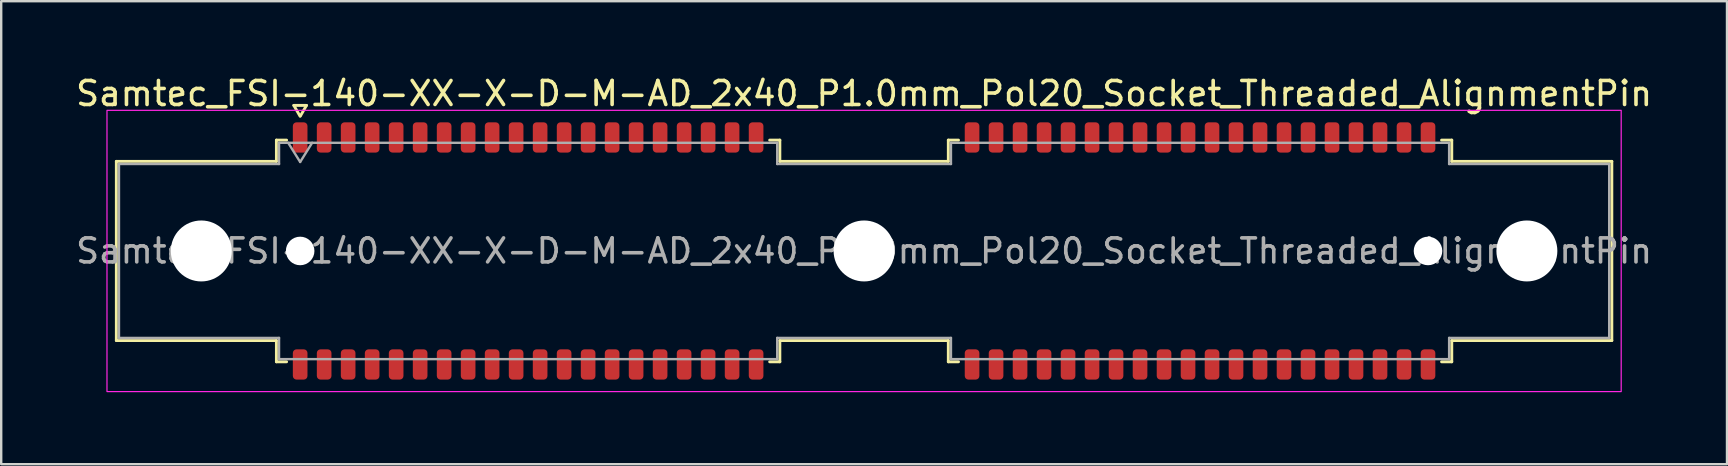
<source format=kicad_pcb>
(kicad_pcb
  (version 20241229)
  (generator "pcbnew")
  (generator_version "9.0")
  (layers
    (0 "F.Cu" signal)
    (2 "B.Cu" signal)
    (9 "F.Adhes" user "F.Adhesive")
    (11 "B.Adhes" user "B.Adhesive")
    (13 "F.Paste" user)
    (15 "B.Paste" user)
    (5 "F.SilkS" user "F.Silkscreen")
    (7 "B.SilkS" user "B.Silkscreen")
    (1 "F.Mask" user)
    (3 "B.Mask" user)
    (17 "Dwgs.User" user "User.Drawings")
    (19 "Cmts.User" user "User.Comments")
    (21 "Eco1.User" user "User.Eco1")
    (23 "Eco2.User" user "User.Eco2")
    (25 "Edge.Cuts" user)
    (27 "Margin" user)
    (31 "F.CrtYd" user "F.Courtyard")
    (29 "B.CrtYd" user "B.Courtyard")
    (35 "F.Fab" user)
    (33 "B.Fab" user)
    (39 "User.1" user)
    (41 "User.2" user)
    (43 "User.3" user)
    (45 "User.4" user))
  (footprint "Samtec_FSI-140-XX-X-D-M-AD_2x40_P1.0mm_Pol20_Socket_Threaded_AlignmentPin"
    (layer "F.Cu")
    (at 32.958 7.408)
    (property "Reference" "Samtec_FSI-140-XX-X-D-M-AD_2x40_P1.0mm_Pol20_Socket_Threaded_AlignmentPin" (at 0 -6.56 0) (layer "F.SilkS") (effects (font (size 1 1) (thickness 0.15))))
    (attr smd)
    (fp_line (start -31.16 -3.733) (end -24.49 -3.733) (stroke (width 0.12) (type solid)) (layer "F.SilkS"))
    (fp_line (start -31.16 3.733) (end -31.16 -3.733) (stroke (width 0.12) (type solid)) (layer "F.SilkS"))
    (fp_line (start -24.49 -4.619) (end -24.065 -4.619) (stroke (width 0.12) (type solid)) (layer "F.SilkS"))
    (fp_line (start -24.49 -3.733) (end -24.49 -4.619) (stroke (width 0.12) (type solid)) (layer "F.SilkS"))
    (fp_line (start -24.49 3.733) (end -31.16 3.733) (stroke (width 0.12) (type solid)) (layer "F.SilkS"))
    (fp_line (start -24.49 4.619) (end -24.49 3.733) (stroke (width 0.12) (type solid)) (layer "F.SilkS"))
    (fp_line (start -24.065 4.619) (end -24.49 4.619) (stroke (width 0.12) (type solid)) (layer "F.SilkS"))
    (fp_line (start -23.764 -6.066) (end -23.507 -5.62) (stroke (width 0.12) (type solid)) (layer "F.SilkS"))
    (fp_line (start -23.493 -5.62) (end -23.236 -6.066) (stroke (width 0.12) (type solid)) (layer "F.SilkS"))
    (fp_line (start -23.236 -6.066) (end -23.764 -6.066) (stroke (width 0.12) (type solid)) (layer "F.SilkS"))
    (fp_line (start -3.935 -4.619) (end -3.51 -4.619) (stroke (width 0.12) (type solid)) (layer "F.SilkS"))
    (fp_line (start -3.51 -4.619) (end -3.51 -3.733) (stroke (width 0.12) (type solid)) (layer "F.SilkS"))
    (fp_line (start -3.51 -3.733) (end 3.51 -3.733) (stroke (width 0.12) (type solid)) (layer "F.SilkS"))
    (fp_line (start -3.51 3.733) (end -3.51 4.619) (stroke (width 0.12) (type solid)) (layer "F.SilkS"))
    (fp_line (start -3.51 4.619) (end -3.935 4.619) (stroke (width 0.12) (type solid)) (layer "F.SilkS"))
    (fp_line (start 3.51 -4.619) (end 3.935 -4.619) (stroke (width 0.12) (type solid)) (layer "F.SilkS"))
    (fp_line (start 3.51 -3.733) (end 3.51 -4.619) (stroke (width 0.12) (type solid)) (layer "F.SilkS"))
    (fp_line (start 3.51 3.733) (end -3.51 3.733) (stroke (width 0.12) (type solid)) (layer "F.SilkS"))
    (fp_line (start 3.51 4.619) (end 3.51 3.733) (stroke (width 0.12) (type solid)) (layer "F.SilkS"))
    (fp_line (start 3.935 4.619) (end 3.51 4.619) (stroke (width 0.12) (type solid)) (layer "F.SilkS"))
    (fp_line (start 24.065 -4.619) (end 24.49 -4.619) (stroke (width 0.12) (type solid)) (layer "F.SilkS"))
    (fp_line (start 24.49 -4.619) (end 24.49 -3.733) (stroke (width 0.12) (type solid)) (layer "F.SilkS"))
    (fp_line (start 24.49 -3.733) (end 31.16 -3.733) (stroke (width 0.12) (type solid)) (layer "F.SilkS"))
    (fp_line (start 24.49 3.733) (end 24.49 4.619) (stroke (width 0.12) (type solid)) (layer "F.SilkS"))
    (fp_line (start 24.49 4.619) (end 24.065 4.619) (stroke (width 0.12) (type solid)) (layer "F.SilkS"))
    (fp_line (start 31.16 -3.733) (end 31.16 3.733) (stroke (width 0.12) (type solid)) (layer "F.SilkS"))
    (fp_line (start 31.16 3.733) (end 24.49 3.733) (stroke (width 0.12) (type solid)) (layer "F.SilkS"))
    (fp_rect (start -31.55 -5.86) (end 31.55 5.86) (stroke (width 0.05) (type solid)) (fill no) (layer "F.CrtYd"))
    (fp_line (start -31.05 -3.623) (end -24.38 -3.623) (stroke (width 0.1) (type solid)) (layer "F.Fab"))
    (fp_line (start -31.05 3.623) (end -31.05 -3.623) (stroke (width 0.1) (type solid)) (layer "F.Fab"))
    (fp_line (start -24.38 -4.508) (end -3.62 -4.508) (stroke (width 0.1) (type solid)) (layer "F.Fab"))
    (fp_line (start -24.38 -3.623) (end -24.38 -4.508) (stroke (width 0.1) (type solid)) (layer "F.Fab"))
    (fp_line (start -24.38 3.623) (end -31.05 3.623) (stroke (width 0.1) (type solid)) (layer "F.Fab"))
    (fp_line (start -24.38 4.508) (end -24.38 3.623) (stroke (width 0.1) (type solid)) (layer "F.Fab"))
    (fp_line (start -24 -4.508) (end -23.5 -3.708) (stroke (width 0.1) (type solid)) (layer "F.Fab"))
    (fp_line (start -23.5 -3.708) (end -23 -4.508) (stroke (width 0.1) (type solid)) (layer "F.Fab"))
    (fp_line (start -3.62 -4.508) (end -3.62 -3.623) (stroke (width 0.1) (type solid)) (layer "F.Fab"))
    (fp_line (start -3.62 -3.623) (end 3.62 -3.623) (stroke (width 0.1) (type solid)) (layer "F.Fab"))
    (fp_line (start -3.62 3.623) (end -3.62 4.508) (stroke (width 0.1) (type solid)) (layer "F.Fab"))
    (fp_line (start -3.62 4.508) (end -24.38 4.508) (stroke (width 0.1) (type solid)) (layer "F.Fab"))
    (fp_line (start 3.62 -4.508) (end 24.38 -4.508) (stroke (width 0.1) (type solid)) (layer "F.Fab"))
    (fp_line (start 3.62 -3.623) (end 3.62 -4.508) (stroke (width 0.1) (type solid)) (layer "F.Fab"))
    (fp_line (start 3.62 3.623) (end -3.62 3.623) (stroke (width 0.1) (type solid)) (layer "F.Fab"))
    (fp_line (start 3.62 4.508) (end 3.62 3.623) (stroke (width 0.1) (type solid)) (layer "F.Fab"))
    (fp_line (start 24.38 -4.508) (end 24.38 -3.623) (stroke (width 0.1) (type solid)) (layer "F.Fab"))
    (fp_line (start 24.38 -3.623) (end 31.05 -3.623) (stroke (width 0.1) (type solid)) (layer "F.Fab"))
    (fp_line (start 24.38 3.623) (end 24.38 4.508) (stroke (width 0.1) (type solid)) (layer "F.Fab"))
    (fp_line (start 24.38 4.508) (end 3.62 4.508) (stroke (width 0.1) (type solid)) (layer "F.Fab"))
    (fp_line (start 31.05 -3.623) (end 31.05 3.623) (stroke (width 0.1) (type solid)) (layer "F.Fab"))
    (fp_line (start 31.05 3.623) (end 24.38 3.623) (stroke (width 0.1) (type solid)) (layer "F.Fab"))
    (fp_text user "${REFERENCE}" (at 0 0 0) (layer "F.Fab") (effects (font (size 1 1) (thickness 0.15))))
    (pad "" np_thru_hole circle (at -27.62 0) (size 2.54 2.54) (drill 2.54) (layers "*.Cu" "*.Mask"))
    (pad "" np_thru_hole circle (at -23.5 0) (size 1.19 1.19) (drill 1.19) (layers "*.Cu" "*.Mask"))
    (pad "" np_thru_hole circle (at 0 0) (size 2.54 2.54) (drill 2.54) (layers "*.Cu" "*.Mask"))
    (pad "" np_thru_hole circle (at 23.5 0) (size 1.19 1.19) (drill 1.19) (layers "*.Cu" "*.Mask"))
    (pad "" np_thru_hole circle (at 27.62 0) (size 2.54 2.54) (drill 2.54) (layers "*.Cu" "*.Mask"))
    (pad "1" smd roundrect (at -23.5 -4.73) (size 0.61 1.26) (layers "F.Cu" "F.Mask" "F.Paste") (roundrect_rratio 0.25))
    (pad "2" smd roundrect (at -23.5 4.73) (size 0.61 1.26) (layers "F.Cu" "F.Mask" "F.Paste") (roundrect_rratio 0.25))
    (pad "3" smd roundrect (at -22.5 -4.73) (size 0.61 1.26) (layers "F.Cu" "F.Mask" "F.Paste") (roundrect_rratio 0.25))
    (pad "4" smd roundrect (at -22.5 4.73) (size 0.61 1.26) (layers "F.Cu" "F.Mask" "F.Paste") (roundrect_rratio 0.25))
    (pad "5" smd roundrect (at -21.5 -4.73) (size 0.61 1.26) (layers "F.Cu" "F.Mask" "F.Paste") (roundrect_rratio 0.25))
    (pad "6" smd roundrect (at -21.5 4.73) (size 0.61 1.26) (layers "F.Cu" "F.Mask" "F.Paste") (roundrect_rratio 0.25))
    (pad "7" smd roundrect (at -20.5 -4.73) (size 0.61 1.26) (layers "F.Cu" "F.Mask" "F.Paste") (roundrect_rratio 0.25))
    (pad "8" smd roundrect (at -20.5 4.73) (size 0.61 1.26) (layers "F.Cu" "F.Mask" "F.Paste") (roundrect_rratio 0.25))
    (pad "9" smd roundrect (at -19.5 -4.73) (size 0.61 1.26) (layers "F.Cu" "F.Mask" "F.Paste") (roundrect_rratio 0.25))
    (pad "10" smd roundrect (at -19.5 4.73) (size 0.61 1.26) (layers "F.Cu" "F.Mask" "F.Paste") (roundrect_rratio 0.25))
    (pad "11" smd roundrect (at -18.5 -4.73) (size 0.61 1.26) (layers "F.Cu" "F.Mask" "F.Paste") (roundrect_rratio 0.25))
    (pad "12" smd roundrect (at -18.5 4.73) (size 0.61 1.26) (layers "F.Cu" "F.Mask" "F.Paste") (roundrect_rratio 0.25))
    (pad "13" smd roundrect (at -17.5 -4.73) (size 0.61 1.26) (layers "F.Cu" "F.Mask" "F.Paste") (roundrect_rratio 0.25))
    (pad "14" smd roundrect (at -17.5 4.73) (size 0.61 1.26) (layers "F.Cu" "F.Mask" "F.Paste") (roundrect_rratio 0.25))
    (pad "15" smd roundrect (at -16.5 -4.73) (size 0.61 1.26) (layers "F.Cu" "F.Mask" "F.Paste") (roundrect_rratio 0.25))
    (pad "16" smd roundrect (at -16.5 4.73) (size 0.61 1.26) (layers "F.Cu" "F.Mask" "F.Paste") (roundrect_rratio 0.25))
    (pad "17" smd roundrect (at -15.5 -4.73) (size 0.61 1.26) (layers "F.Cu" "F.Mask" "F.Paste") (roundrect_rratio 0.25))
    (pad "18" smd roundrect (at -15.5 4.73) (size 0.61 1.26) (layers "F.Cu" "F.Mask" "F.Paste") (roundrect_rratio 0.25))
    (pad "19" smd roundrect (at -14.5 -4.73) (size 0.61 1.26) (layers "F.Cu" "F.Mask" "F.Paste") (roundrect_rratio 0.25))
    (pad "20" smd roundrect (at -14.5 4.73) (size 0.61 1.26) (layers "F.Cu" "F.Mask" "F.Paste") (roundrect_rratio 0.25))
    (pad "21" smd roundrect (at -13.5 -4.73) (size 0.61 1.26) (layers "F.Cu" "F.Mask" "F.Paste") (roundrect_rratio 0.25))
    (pad "22" smd roundrect (at -13.5 4.73) (size 0.61 1.26) (layers "F.Cu" "F.Mask" "F.Paste") (roundrect_rratio 0.25))
    (pad "23" smd roundrect (at -12.5 -4.73) (size 0.61 1.26) (layers "F.Cu" "F.Mask" "F.Paste") (roundrect_rratio 0.25))
    (pad "24" smd roundrect (at -12.5 4.73) (size 0.61 1.26) (layers "F.Cu" "F.Mask" "F.Paste") (roundrect_rratio 0.25))
    (pad "25" smd roundrect (at -11.5 -4.73) (size 0.61 1.26) (layers "F.Cu" "F.Mask" "F.Paste") (roundrect_rratio 0.25))
    (pad "26" smd roundrect (at -11.5 4.73) (size 0.61 1.26) (layers "F.Cu" "F.Mask" "F.Paste") (roundrect_rratio 0.25))
    (pad "27" smd roundrect (at -10.5 -4.73) (size 0.61 1.26) (layers "F.Cu" "F.Mask" "F.Paste") (roundrect_rratio 0.25))
    (pad "28" smd roundrect (at -10.5 4.73) (size 0.61 1.26) (layers "F.Cu" "F.Mask" "F.Paste") (roundrect_rratio 0.25))
    (pad "29" smd roundrect (at -9.5 -4.73) (size 0.61 1.26) (layers "F.Cu" "F.Mask" "F.Paste") (roundrect_rratio 0.25))
    (pad "30" smd roundrect (at -9.5 4.73) (size 0.61 1.26) (layers "F.Cu" "F.Mask" "F.Paste") (roundrect_rratio 0.25))
    (pad "31" smd roundrect (at -8.5 -4.73) (size 0.61 1.26) (layers "F.Cu" "F.Mask" "F.Paste") (roundrect_rratio 0.25))
    (pad "32" smd roundrect (at -8.5 4.73) (size 0.61 1.26) (layers "F.Cu" "F.Mask" "F.Paste") (roundrect_rratio 0.25))
    (pad "33" smd roundrect (at -7.5 -4.73) (size 0.61 1.26) (layers "F.Cu" "F.Mask" "F.Paste") (roundrect_rratio 0.25))
    (pad "34" smd roundrect (at -7.5 4.73) (size 0.61 1.26) (layers "F.Cu" "F.Mask" "F.Paste") (roundrect_rratio 0.25))
    (pad "35" smd roundrect (at -6.5 -4.73) (size 0.61 1.26) (layers "F.Cu" "F.Mask" "F.Paste") (roundrect_rratio 0.25))
    (pad "36" smd roundrect (at -6.5 4.73) (size 0.61 1.26) (layers "F.Cu" "F.Mask" "F.Paste") (roundrect_rratio 0.25))
    (pad "37" smd roundrect (at -5.5 -4.73) (size 0.61 1.26) (layers "F.Cu" "F.Mask" "F.Paste") (roundrect_rratio 0.25))
    (pad "38" smd roundrect (at -5.5 4.73) (size 0.61 1.26) (layers "F.Cu" "F.Mask" "F.Paste") (roundrect_rratio 0.25))
    (pad "39" smd roundrect (at -4.5 -4.73) (size 0.61 1.26) (layers "F.Cu" "F.Mask" "F.Paste") (roundrect_rratio 0.25))
    (pad "40" smd roundrect (at -4.5 4.73) (size 0.61 1.26) (layers "F.Cu" "F.Mask" "F.Paste") (roundrect_rratio 0.25))
    (pad "41" smd roundrect (at 4.5 -4.73) (size 0.61 1.26) (layers "F.Cu" "F.Mask" "F.Paste") (roundrect_rratio 0.25))
    (pad "42" smd roundrect (at 4.5 4.73) (size 0.61 1.26) (layers "F.Cu" "F.Mask" "F.Paste") (roundrect_rratio 0.25))
    (pad "43" smd roundrect (at 5.5 -4.73) (size 0.61 1.26) (layers "F.Cu" "F.Mask" "F.Paste") (roundrect_rratio 0.25))
    (pad "44" smd roundrect (at 5.5 4.73) (size 0.61 1.26) (layers "F.Cu" "F.Mask" "F.Paste") (roundrect_rratio 0.25))
    (pad "45" smd roundrect (at 6.5 -4.73) (size 0.61 1.26) (layers "F.Cu" "F.Mask" "F.Paste") (roundrect_rratio 0.25))
    (pad "46" smd roundrect (at 6.5 4.73) (size 0.61 1.26) (layers "F.Cu" "F.Mask" "F.Paste") (roundrect_rratio 0.25))
    (pad "47" smd roundrect (at 7.5 -4.73) (size 0.61 1.26) (layers "F.Cu" "F.Mask" "F.Paste") (roundrect_rratio 0.25))
    (pad "48" smd roundrect (at 7.5 4.73) (size 0.61 1.26) (layers "F.Cu" "F.Mask" "F.Paste") (roundrect_rratio 0.25))
    (pad "49" smd roundrect (at 8.5 -4.73) (size 0.61 1.26) (layers "F.Cu" "F.Mask" "F.Paste") (roundrect_rratio 0.25))
    (pad "50" smd roundrect (at 8.5 4.73) (size 0.61 1.26) (layers "F.Cu" "F.Mask" "F.Paste") (roundrect_rratio 0.25))
    (pad "51" smd roundrect (at 9.5 -4.73) (size 0.61 1.26) (layers "F.Cu" "F.Mask" "F.Paste") (roundrect_rratio 0.25))
    (pad "52" smd roundrect (at 9.5 4.73) (size 0.61 1.26) (layers "F.Cu" "F.Mask" "F.Paste") (roundrect_rratio 0.25))
    (pad "53" smd roundrect (at 10.5 -4.73) (size 0.61 1.26) (layers "F.Cu" "F.Mask" "F.Paste") (roundrect_rratio 0.25))
    (pad "54" smd roundrect (at 10.5 4.73) (size 0.61 1.26) (layers "F.Cu" "F.Mask" "F.Paste") (roundrect_rratio 0.25))
    (pad "55" smd roundrect (at 11.5 -4.73) (size 0.61 1.26) (layers "F.Cu" "F.Mask" "F.Paste") (roundrect_rratio 0.25))
    (pad "56" smd roundrect (at 11.5 4.73) (size 0.61 1.26) (layers "F.Cu" "F.Mask" "F.Paste") (roundrect_rratio 0.25))
    (pad "57" smd roundrect (at 12.5 -4.73) (size 0.61 1.26) (layers "F.Cu" "F.Mask" "F.Paste") (roundrect_rratio 0.25))
    (pad "58" smd roundrect (at 12.5 4.73) (size 0.61 1.26) (layers "F.Cu" "F.Mask" "F.Paste") (roundrect_rratio 0.25))
    (pad "59" smd roundrect (at 13.5 -4.73) (size 0.61 1.26) (layers "F.Cu" "F.Mask" "F.Paste") (roundrect_rratio 0.25))
    (pad "60" smd roundrect (at 13.5 4.73) (size 0.61 1.26) (layers "F.Cu" "F.Mask" "F.Paste") (roundrect_rratio 0.25))
    (pad "61" smd roundrect (at 14.5 -4.73) (size 0.61 1.26) (layers "F.Cu" "F.Mask" "F.Paste") (roundrect_rratio 0.25))
    (pad "62" smd roundrect (at 14.5 4.73) (size 0.61 1.26) (layers "F.Cu" "F.Mask" "F.Paste") (roundrect_rratio 0.25))
    (pad "63" smd roundrect (at 15.5 -4.73) (size 0.61 1.26) (layers "F.Cu" "F.Mask" "F.Paste") (roundrect_rratio 0.25))
    (pad "64" smd roundrect (at 15.5 4.73) (size 0.61 1.26) (layers "F.Cu" "F.Mask" "F.Paste") (roundrect_rratio 0.25))
    (pad "65" smd roundrect (at 16.5 -4.73) (size 0.61 1.26) (layers "F.Cu" "F.Mask" "F.Paste") (roundrect_rratio 0.25))
    (pad "66" smd roundrect (at 16.5 4.73) (size 0.61 1.26) (layers "F.Cu" "F.Mask" "F.Paste") (roundrect_rratio 0.25))
    (pad "67" smd roundrect (at 17.5 -4.73) (size 0.61 1.26) (layers "F.Cu" "F.Mask" "F.Paste") (roundrect_rratio 0.25))
    (pad "68" smd roundrect (at 17.5 4.73) (size 0.61 1.26) (layers "F.Cu" "F.Mask" "F.Paste") (roundrect_rratio 0.25))
    (pad "69" smd roundrect (at 18.5 -4.73) (size 0.61 1.26) (layers "F.Cu" "F.Mask" "F.Paste") (roundrect_rratio 0.25))
    (pad "70" smd roundrect (at 18.5 4.73) (size 0.61 1.26) (layers "F.Cu" "F.Mask" "F.Paste") (roundrect_rratio 0.25))
    (pad "71" smd roundrect (at 19.5 -4.73) (size 0.61 1.26) (layers "F.Cu" "F.Mask" "F.Paste") (roundrect_rratio 0.25))
    (pad "72" smd roundrect (at 19.5 4.73) (size 0.61 1.26) (layers "F.Cu" "F.Mask" "F.Paste") (roundrect_rratio 0.25))
    (pad "73" smd roundrect (at 20.5 -4.73) (size 0.61 1.26) (layers "F.Cu" "F.Mask" "F.Paste") (roundrect_rratio 0.25))
    (pad "74" smd roundrect (at 20.5 4.73) (size 0.61 1.26) (layers "F.Cu" "F.Mask" "F.Paste") (roundrect_rratio 0.25))
    (pad "75" smd roundrect (at 21.5 -4.73) (size 0.61 1.26) (layers "F.Cu" "F.Mask" "F.Paste") (roundrect_rratio 0.25))
    (pad "76" smd roundrect (at 21.5 4.73) (size 0.61 1.26) (layers "F.Cu" "F.Mask" "F.Paste") (roundrect_rratio 0.25))
    (pad "77" smd roundrect (at 22.5 -4.73) (size 0.61 1.26) (layers "F.Cu" "F.Mask" "F.Paste") (roundrect_rratio 0.25))
    (pad "78" smd roundrect (at 22.5 4.73) (size 0.61 1.26) (layers "F.Cu" "F.Mask" "F.Paste") (roundrect_rratio 0.25))
    (pad "79" smd roundrect (at 23.5 -4.73) (size 0.61 1.26) (layers "F.Cu" "F.Mask" "F.Paste") (roundrect_rratio 0.25))
    (pad "80" smd roundrect (at 23.5 4.73) (size 0.61 1.26) (layers "F.Cu" "F.Mask" "F.Paste") (roundrect_rratio 0.25)))
  (gr_rect
    (start -3 -3)
    (end 68.917 16.293)
    (stroke (width 0.1) (type default))
    (fill no)
    (layer "Edge.Cuts")))
</source>
